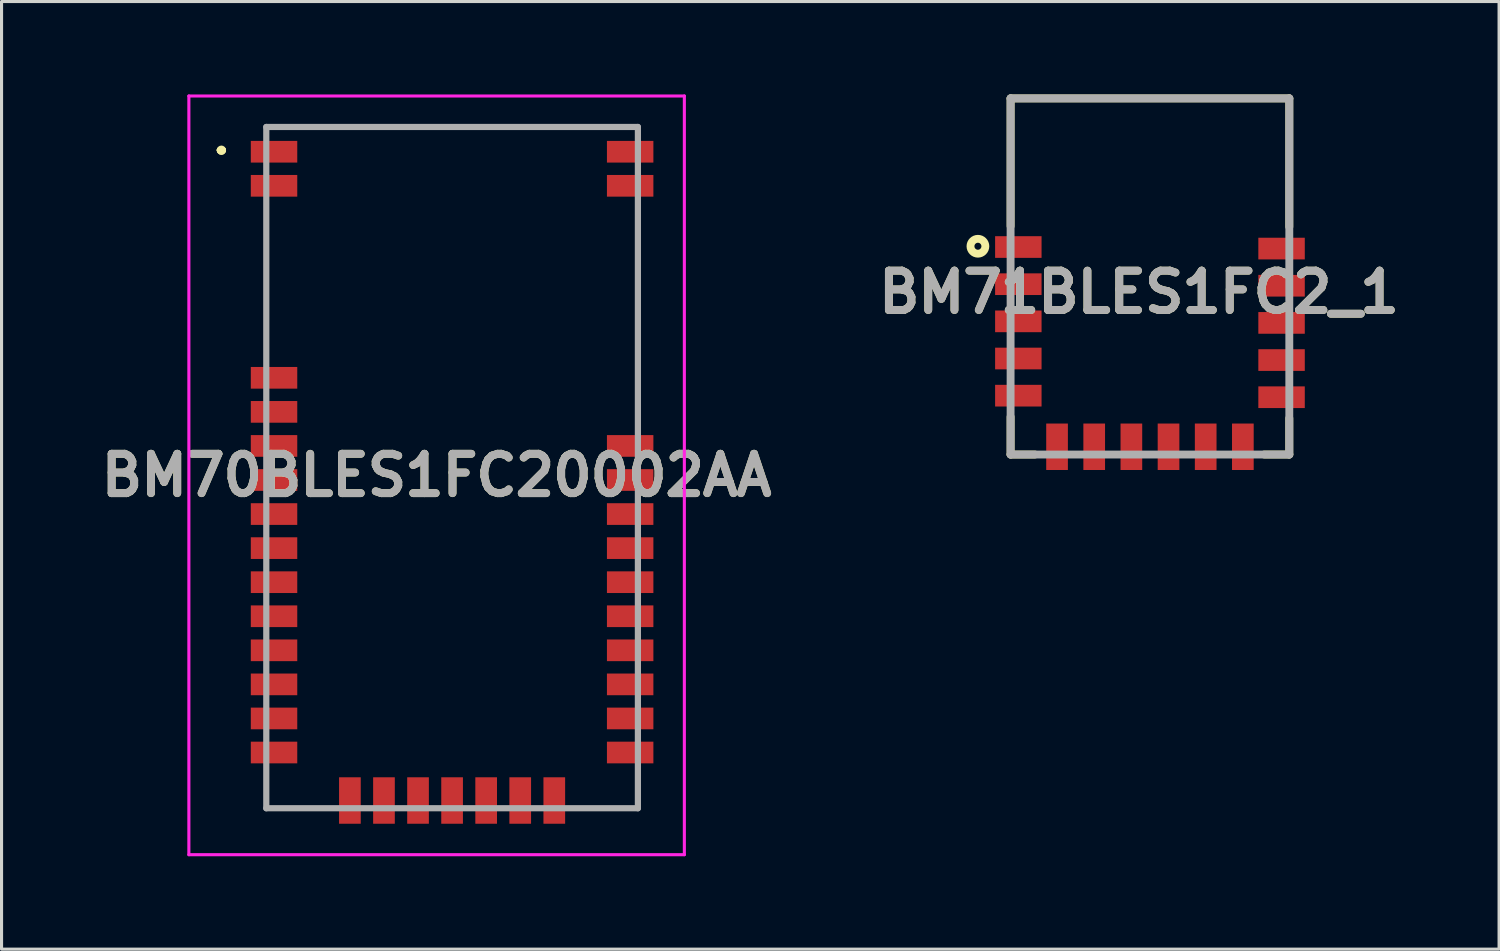
<source format=kicad_pcb>
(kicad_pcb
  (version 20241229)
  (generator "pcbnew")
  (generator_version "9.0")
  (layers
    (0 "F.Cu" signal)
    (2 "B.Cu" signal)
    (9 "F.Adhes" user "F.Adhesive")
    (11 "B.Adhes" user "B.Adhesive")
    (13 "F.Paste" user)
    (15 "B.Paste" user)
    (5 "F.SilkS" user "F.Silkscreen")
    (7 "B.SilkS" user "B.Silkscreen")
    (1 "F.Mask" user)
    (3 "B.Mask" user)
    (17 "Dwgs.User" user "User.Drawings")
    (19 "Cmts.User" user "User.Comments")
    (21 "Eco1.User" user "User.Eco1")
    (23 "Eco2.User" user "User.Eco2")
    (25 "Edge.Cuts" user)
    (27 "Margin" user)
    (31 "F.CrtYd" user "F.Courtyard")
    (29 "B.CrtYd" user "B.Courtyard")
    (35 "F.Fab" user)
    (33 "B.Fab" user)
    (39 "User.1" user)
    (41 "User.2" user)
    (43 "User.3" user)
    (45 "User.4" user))
  (footprint "BM70BLES1FC20002AA"
    (layer "F.Cu")
    (at 11.549 12.05)
    (property "Reference" "BM70BLES1FC20002AA" (at -0.5 0.25 0) (layer "F.SilkS") (effects (font (size 1.27 1.27) (thickness 0.254))))
    (attr smd)
    (fp_line (start -7.5 -10.25) (end -7.5 -10.25) (stroke (width 0.2) (type solid)) (layer "F.SilkS"))
    (fp_line (start -7.5 -10.25) (end -7.5 -10.25) (stroke (width 0.2) (type solid)) (layer "F.SilkS"))
    (fp_line (start -7.4 -10.25) (end -7.4 -10.25) (stroke (width 0.2) (type solid)) (layer "F.SilkS"))
    (fp_line (start -6 -8) (end -6 -8) (stroke (width 0.1) (type solid)) (layer "F.SilkS"))
    (fp_line (start -6 -8) (end -6 -3.75) (stroke (width 0.1) (type solid)) (layer "F.SilkS"))
    (fp_line (start -6 -3.75) (end -6 -8) (stroke (width 0.1) (type solid)) (layer "F.SilkS"))
    (fp_line (start -6 -3.75) (end -6 -3.75) (stroke (width 0.1) (type solid)) (layer "F.SilkS"))
    (fp_line (start -6 10.25) (end -6 10.25) (stroke (width 0.1) (type solid)) (layer "F.SilkS"))
    (fp_line (start -6 10.25) (end -6 11) (stroke (width 0.1) (type solid)) (layer "F.SilkS"))
    (fp_line (start -6 11) (end -6 10.25) (stroke (width 0.1) (type solid)) (layer "F.SilkS"))
    (fp_line (start -6 11) (end -6 11) (stroke (width 0.1) (type solid)) (layer "F.SilkS"))
    (fp_line (start -6 11) (end -6 11) (stroke (width 0.1) (type solid)) (layer "F.SilkS"))
    (fp_line (start -6 11) (end -4.25 11) (stroke (width 0.1) (type solid)) (layer "F.SilkS"))
    (fp_line (start -5.75 -11) (end -5.75 -11) (stroke (width 0.1) (type solid)) (layer "F.SilkS"))
    (fp_line (start -5.75 -11) (end 5.75 -11) (stroke (width 0.1) (type solid)) (layer "F.SilkS"))
    (fp_line (start -4.25 11) (end -6 11) (stroke (width 0.1) (type solid)) (layer "F.SilkS"))
    (fp_line (start -4.25 11) (end -4.25 11) (stroke (width 0.1) (type solid)) (layer "F.SilkS"))
    (fp_line (start 4.25 11) (end 4.25 11) (stroke (width 0.1) (type solid)) (layer "F.SilkS"))
    (fp_line (start 4.25 11) (end 6 11) (stroke (width 0.1) (type solid)) (layer "F.SilkS"))
    (fp_line (start 5.75 -11) (end -5.75 -11) (stroke (width 0.1) (type solid)) (layer "F.SilkS"))
    (fp_line (start 5.75 -11) (end 5.75 -11) (stroke (width 0.1) (type solid)) (layer "F.SilkS"))
    (fp_line (start 6 -8) (end 6 -8) (stroke (width 0.1) (type solid)) (layer "F.SilkS"))
    (fp_line (start 6 -8) (end 6 -1.75) (stroke (width 0.1) (type solid)) (layer "F.SilkS"))
    (fp_line (start 6 -1.75) (end 6 -8) (stroke (width 0.1) (type solid)) (layer "F.SilkS"))
    (fp_line (start 6 -1.75) (end 6 -1.75) (stroke (width 0.1) (type solid)) (layer "F.SilkS"))
    (fp_line (start 6 10.25) (end 6 10.25) (stroke (width 0.1) (type solid)) (layer "F.SilkS"))
    (fp_line (start 6 10.25) (end 6 11) (stroke (width 0.1) (type solid)) (layer "F.SilkS"))
    (fp_line (start 6 11) (end 4.25 11) (stroke (width 0.1) (type solid)) (layer "F.SilkS"))
    (fp_line (start 6 11) (end 6 10.25) (stroke (width 0.1) (type solid)) (layer "F.SilkS"))
    (fp_line (start 6 11) (end 6 11) (stroke (width 0.1) (type solid)) (layer "F.SilkS"))
    (fp_line (start 6 11) (end 6 11) (stroke (width 0.1) (type solid)) (layer "F.SilkS"))
    (fp_arc (start -7.5 -10.25) (mid -7.45 -10.3) (end -7.4 -10.25) (stroke (width 0.2) (type solid)) (layer "F.SilkS"))
    (fp_arc (start -7.4 -10.25) (mid -7.45 -10.2) (end -7.5 -10.25) (stroke (width 0.2) (type solid)) (layer "F.SilkS"))
    (fp_arc (start -7.4 -10.25) (mid -7.45 -10.2) (end -7.5 -10.25) (stroke (width 0.2) (type solid)) (layer "F.SilkS"))
    (fp_line (start -8.5 -12) (end 7.5 -12) (stroke (width 0.1) (type solid)) (layer "F.CrtYd"))
    (fp_line (start -8.5 12.5) (end -8.5 -12) (stroke (width 0.1) (type solid)) (layer "F.CrtYd"))
    (fp_line (start 7.5 -12) (end 7.5 12.5) (stroke (width 0.1) (type solid)) (layer "F.CrtYd"))
    (fp_line (start 7.5 12.5) (end -8.5 12.5) (stroke (width 0.1) (type solid)) (layer "F.CrtYd"))
    (fp_line (start -6 -11) (end -6 11) (stroke (width 0.2) (type solid)) (layer "F.Fab"))
    (fp_line (start -6 11) (end 6 11) (stroke (width 0.2) (type solid)) (layer "F.Fab"))
    (fp_line (start 6 -11) (end -6 -11) (stroke (width 0.2) (type solid)) (layer "F.Fab"))
    (fp_line (start 6 11) (end 6 -11) (stroke (width 0.2) (type solid)) (layer "F.Fab"))
    (fp_text user "${REFERENCE}" (at -0.5 0.25 0) (layer "F.Fab") (effects (font (size 1.27 1.27) (thickness 0.254))))
    (pad "1" smd rect (at -5.75 -10.2 90) (size 0.7 1.5) (layers "F.Cu" "F.Mask" "F.Paste"))
    (pad "2" smd rect (at -5.75 -9.1 90) (size 0.7 1.5) (layers "F.Cu" "F.Mask" "F.Paste"))
    (pad "3" smd rect (at -5.75 -2.9 90) (size 0.7 1.5) (layers "F.Cu" "F.Mask" "F.Paste"))
    (pad "4" smd rect (at -5.75 -1.8 90) (size 0.7 1.5) (layers "F.Cu" "F.Mask" "F.Paste"))
    (pad "5" smd rect (at -5.75 -0.7 90) (size 0.7 1.5) (layers "F.Cu" "F.Mask" "F.Paste"))
    (pad "6" smd rect (at -5.75 0.4 90) (size 0.7 1.5) (layers "F.Cu" "F.Mask" "F.Paste"))
    (pad "7" smd rect (at -5.75 1.5 90) (size 0.7 1.5) (layers "F.Cu" "F.Mask" "F.Paste"))
    (pad "8" smd rect (at -5.75 2.6 90) (size 0.7 1.5) (layers "F.Cu" "F.Mask" "F.Paste"))
    (pad "9" smd rect (at -5.75 3.7 90) (size 0.7 1.5) (layers "F.Cu" "F.Mask" "F.Paste"))
    (pad "10" smd rect (at -5.75 4.8 90) (size 0.7 1.5) (layers "F.Cu" "F.Mask" "F.Paste"))
    (pad "11" smd rect (at -5.75 5.9 90) (size 0.7 1.5) (layers "F.Cu" "F.Mask" "F.Paste"))
    (pad "12" smd rect (at -5.75 7 90) (size 0.7 1.5) (layers "F.Cu" "F.Mask" "F.Paste"))
    (pad "13" smd rect (at -5.75 8.1 90) (size 0.7 1.5) (layers "F.Cu" "F.Mask" "F.Paste"))
    (pad "14" smd rect (at -5.75 9.2 90) (size 0.7 1.5) (layers "F.Cu" "F.Mask" "F.Paste"))
    (pad "15" smd rect (at -3.3 10.75) (size 0.7 1.5) (layers "F.Cu" "F.Mask" "F.Paste"))
    (pad "16" smd rect (at -2.2 10.75) (size 0.7 1.5) (layers "F.Cu" "F.Mask" "F.Paste"))
    (pad "17" smd rect (at -1.1 10.75) (size 0.7 1.5) (layers "F.Cu" "F.Mask" "F.Paste"))
    (pad "18" smd rect (at 0 10.75) (size 0.7 1.5) (layers "F.Cu" "F.Mask" "F.Paste"))
    (pad "19" smd rect (at 1.1 10.75) (size 0.7 1.5) (layers "F.Cu" "F.Mask" "F.Paste"))
    (pad "20" smd rect (at 2.2 10.75) (size 0.7 1.5) (layers "F.Cu" "F.Mask" "F.Paste"))
    (pad "21" smd rect (at 3.3 10.75) (size 0.7 1.5) (layers "F.Cu" "F.Mask" "F.Paste"))
    (pad "22" smd rect (at 5.75 9.2 90) (size 0.7 1.5) (layers "F.Cu" "F.Mask" "F.Paste"))
    (pad "23" smd rect (at 5.75 8.1 90) (size 0.7 1.5) (layers "F.Cu" "F.Mask" "F.Paste"))
    (pad "24" smd rect (at 5.75 7 90) (size 0.7 1.5) (layers "F.Cu" "F.Mask" "F.Paste"))
    (pad "25" smd rect (at 5.75 5.9 90) (size 0.7 1.5) (layers "F.Cu" "F.Mask" "F.Paste"))
    (pad "26" smd rect (at 5.75 4.8 90) (size 0.7 1.5) (layers "F.Cu" "F.Mask" "F.Paste"))
    (pad "27" smd rect (at 5.75 3.7 90) (size 0.7 1.5) (layers "F.Cu" "F.Mask" "F.Paste"))
    (pad "28" smd rect (at 5.75 2.6 90) (size 0.7 1.5) (layers "F.Cu" "F.Mask" "F.Paste"))
    (pad "29" smd rect (at 5.75 1.5 90) (size 0.7 1.5) (layers "F.Cu" "F.Mask" "F.Paste"))
    (pad "30" smd rect (at 5.75 0.4 90) (size 0.7 1.5) (layers "F.Cu" "F.Mask" "F.Paste"))
    (pad "31" smd rect (at 5.75 -0.7 90) (size 0.7 1.5) (layers "F.Cu" "F.Mask" "F.Paste"))
    (pad "32" smd rect (at 5.75 -9.1 90) (size 0.7 1.5) (layers "F.Cu" "F.Mask" "F.Paste"))
    (pad "33" smd rect (at 5.75 -10.2 90) (size 0.7 1.5) (layers "F.Cu" "F.Mask" "F.Paste")))
  (footprint "BM71BLES1FC2_1"
    (layer "F.Cu")
    (at 38.584 11.627)
    (property "Reference" "BM71BLES1FC2_1" (at -4.856 -5.241 0) (layer "F.SilkS") (effects (font (size 1.27 1.27) (thickness 0.254))))
    (attr smd)
    (fp_line (start -9 -11.5) (end -9 -7.374) (stroke (width 0.254) (type solid)) (layer "F.SilkS"))
    (fp_line (start -9 -11.5) (end 0 -11.5) (stroke (width 0.254) (type solid)) (layer "F.SilkS"))
    (fp_line (start -9 0) (end -9 -1.216) (stroke (width 0.254) (type solid)) (layer "F.SilkS"))
    (fp_line (start -9 0) (end -8.213 0) (stroke (width 0.254) (type solid)) (layer "F.SilkS"))
    (fp_line (start 0 -11.5) (end 0 -7.352) (stroke (width 0.254) (type solid)) (layer "F.SilkS"))
    (fp_line (start 0 0) (end -0.81 0) (stroke (width 0.254) (type solid)) (layer "F.SilkS"))
    (fp_line (start 0 0) (end 0 -1.171) (stroke (width 0.254) (type solid)) (layer "F.SilkS"))
    (fp_circle (center -10.055 -6.725) (end -10.055 -6.612) (stroke (width 0.254) (type solid)) (fill no) (layer "F.SilkS"))
    (fp_line (start -9 -11.5) (end 0 -11.5) (stroke (width 0.254) (type solid)) (layer "F.Fab"))
    (fp_line (start -9 0) (end -9 -11.5) (stroke (width 0.254) (type solid)) (layer "F.Fab"))
    (fp_line (start 0 -11.5) (end 0 0) (stroke (width 0.254) (type solid)) (layer "F.Fab"))
    (fp_line (start 0 0) (end -9 0) (stroke (width 0.254) (type solid)) (layer "F.Fab"))
    (fp_text user "${REFERENCE}" (at -4.856 -5.241 0) (layer "F.Fab") (effects (font (size 1.27 1.27) (thickness 0.254))))
    (pad "1" smd rect (at -8.75 -6.7 90) (size 0.7 1.5) (layers "F.Cu" "F.Mask" "F.Paste"))
    (pad "2" smd rect (at -8.75 -5.5 90) (size 0.7 1.5) (layers "F.Cu" "F.Mask" "F.Paste"))
    (pad "3" smd rect (at -8.75 -4.3 90) (size 0.7 1.5) (layers "F.Cu" "F.Mask" "F.Paste"))
    (pad "4" smd rect (at -8.75 -3.1 90) (size 0.7 1.5) (layers "F.Cu" "F.Mask" "F.Paste"))
    (pad "5" smd rect (at -8.75 -1.9 90) (size 0.7 1.5) (layers "F.Cu" "F.Mask" "F.Paste"))
    (pad "6" smd rect (at -7.5 -0.25) (size 0.7 1.5) (layers "F.Cu" "F.Mask" "F.Paste"))
    (pad "7" smd rect (at -6.3 -0.25) (size 0.7 1.5) (layers "F.Cu" "F.Mask" "F.Paste"))
    (pad "8" smd rect (at -5.1 -0.25) (size 0.7 1.5) (layers "F.Cu" "F.Mask" "F.Paste"))
    (pad "9" smd rect (at -3.9 -0.25) (size 0.7 1.5) (layers "F.Cu" "F.Mask" "F.Paste"))
    (pad "10" smd rect (at -2.7 -0.25) (size 0.7 1.5) (layers "F.Cu" "F.Mask" "F.Paste"))
    (pad "11" smd rect (at -1.5 -0.25) (size 0.7 1.5) (layers "F.Cu" "F.Mask" "F.Paste"))
    (pad "12" smd rect (at -0.25 -1.85 90) (size 0.7 1.5) (layers "F.Cu" "F.Mask" "F.Paste"))
    (pad "13" smd rect (at -0.25 -3.05 90) (size 0.7 1.5) (layers "F.Cu" "F.Mask" "F.Paste"))
    (pad "14" smd rect (at -0.25 -4.25 90) (size 0.7 1.5) (layers "F.Cu" "F.Mask" "F.Paste"))
    (pad "15" smd rect (at -0.25 -5.45 90) (size 0.7 1.5) (layers "F.Cu" "F.Mask" "F.Paste"))
    (pad "16" smd rect (at -0.25 -6.65 90) (size 0.7 1.5) (layers "F.Cu" "F.Mask" "F.Paste")))
  (gr_rect
    (start -3 -3)
    (end 45.358 27.6)
    (stroke (width 0.1) (type default))
    (fill no)
    (layer "Edge.Cuts")))
</source>
